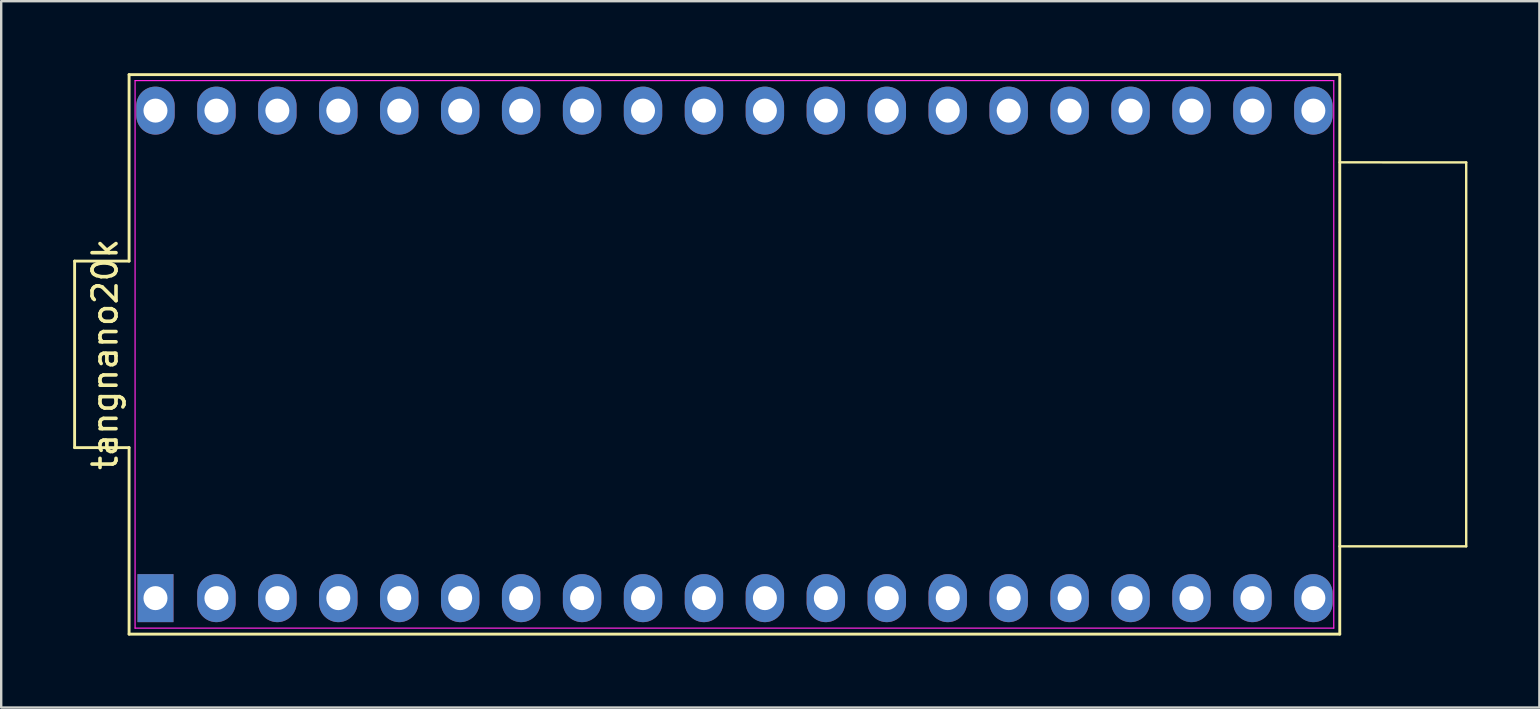
<source format=kicad_pcb>
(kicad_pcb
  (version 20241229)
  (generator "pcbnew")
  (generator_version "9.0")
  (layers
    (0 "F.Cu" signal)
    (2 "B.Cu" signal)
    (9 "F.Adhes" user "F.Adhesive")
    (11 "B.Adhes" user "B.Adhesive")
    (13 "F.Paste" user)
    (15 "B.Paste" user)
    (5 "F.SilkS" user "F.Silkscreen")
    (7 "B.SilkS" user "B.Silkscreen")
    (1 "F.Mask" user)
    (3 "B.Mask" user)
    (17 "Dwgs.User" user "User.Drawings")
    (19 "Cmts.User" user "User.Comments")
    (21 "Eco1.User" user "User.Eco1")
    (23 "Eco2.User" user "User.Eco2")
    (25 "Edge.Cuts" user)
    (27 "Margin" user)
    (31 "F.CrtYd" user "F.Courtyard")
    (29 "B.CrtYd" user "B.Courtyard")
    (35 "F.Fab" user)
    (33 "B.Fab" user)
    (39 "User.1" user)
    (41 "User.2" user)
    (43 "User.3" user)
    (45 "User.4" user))
  (footprint "tangnano20k"
    (layer "F.Cu")
    (at 27.56 11.72)
    (property "Reference" "tangnano20k" (at -26.23 0 90) (layer "F.SilkS") (effects (font (size 1 1) (thickness 0.15))))
    (attr through_hole)
    (fp_line (start -27.5 -3.887) (end -27.5 3.887) (stroke (width 0.12) (type default)) (layer "F.SilkS"))
    (fp_line (start -27.5 3.887) (end -25.23 3.887) (stroke (width 0.12) (type default)) (layer "F.SilkS"))
    (fp_line (start -25.23 -11.66) (end -25.23 -3.887) (stroke (width 0.12) (type default)) (layer "F.SilkS"))
    (fp_line (start -25.23 -3.887) (end -27.5 -3.887) (stroke (width 0.12) (type default)) (layer "F.SilkS"))
    (fp_line (start -25.23 3.887) (end -25.23 11.66) (stroke (width 0.12) (type default)) (layer "F.SilkS"))
    (fp_line (start -25.23 11.66) (end 25.23 11.66) (stroke (width 0.12) (type default)) (layer "F.SilkS"))
    (fp_line (start 25.227 -8.004) (end 30.5 -8) (stroke (width 0.1) (type default)) (layer "F.SilkS"))
    (fp_line (start 25.23 -11.66) (end -25.23 -11.66) (stroke (width 0.12) (type default)) (layer "F.SilkS"))
    (fp_line (start 25.23 11.66) (end 25.23 -11.66) (stroke (width 0.12) (type default)) (layer "F.SilkS"))
    (fp_line (start 30.5 -8) (end 30.5 8) (stroke (width 0.1) (type default)) (layer "F.SilkS"))
    (fp_line (start 30.5 8) (end 25.22 8) (stroke (width 0.1) (type default)) (layer "F.SilkS"))
    (fp_line (start -24.98 -11.41) (end 24.98 -11.41) (stroke (width 0.05) (type default)) (layer "F.CrtYd"))
    (fp_line (start -24.98 11.41) (end -24.98 -11.41) (stroke (width 0.05) (type default)) (layer "F.CrtYd"))
    (fp_line (start 24.98 -11.41) (end 24.98 11.41) (stroke (width 0.05) (type default)) (layer "F.CrtYd"))
    (fp_line (start 24.98 11.41) (end -24.98 11.41) (stroke (width 0.05) (type default)) (layer "F.CrtYd"))
    (pad "1" thru_hole rect (at -24.13 10.16) (size 1.5 2) (drill 1) (layers "*.Cu" "*.Mask"))
    (pad "2" thru_hole oval (at -21.59 10.16) (size 1.6 2) (drill 1) (layers "*.Cu" "*.Mask"))
    (pad "3" thru_hole oval (at -19.05 10.16) (size 1.6 2) (drill 1) (layers "*.Cu" "*.Mask"))
    (pad "4" thru_hole oval (at -16.51 10.16) (size 1.6 2) (drill 1) (layers "*.Cu" "*.Mask"))
    (pad "5" thru_hole oval (at -13.97 10.16) (size 1.6 2) (drill 1) (layers "*.Cu" "*.Mask"))
    (pad "6" thru_hole oval (at -11.43 10.16) (size 1.6 2) (drill 1) (layers "*.Cu" "*.Mask"))
    (pad "7" thru_hole oval (at -8.89 10.16) (size 1.6 2) (drill 1) (layers "*.Cu" "*.Mask"))
    (pad "8" thru_hole oval (at -6.35 10.16) (size 1.6 2) (drill 1) (layers "*.Cu" "*.Mask"))
    (pad "9" thru_hole oval (at -3.81 10.16) (size 1.6 2) (drill 1) (layers "*.Cu" "*.Mask"))
    (pad "10" thru_hole oval (at -1.27 10.16) (size 1.6 2) (drill 1) (layers "*.Cu" "*.Mask"))
    (pad "11" thru_hole oval (at 1.27 10.16) (size 1.6 2) (drill 1) (layers "*.Cu" "*.Mask"))
    (pad "12" thru_hole oval (at 3.81 10.16) (size 1.6 2) (drill 1) (layers "*.Cu" "*.Mask"))
    (pad "13" thru_hole oval (at 6.35 10.16) (size 1.6 2) (drill 1) (layers "*.Cu" "*.Mask"))
    (pad "14" thru_hole oval (at 8.89 10.16) (size 1.6 2) (drill 1) (layers "*.Cu" "*.Mask"))
    (pad "15" thru_hole oval (at 11.43 10.16) (size 1.6 2) (drill 1) (layers "*.Cu" "*.Mask"))
    (pad "16" thru_hole oval (at 13.97 10.16) (size 1.6 2) (drill 1) (layers "*.Cu" "*.Mask"))
    (pad "17" thru_hole oval (at 16.51 10.16) (size 1.6 2) (drill 1) (layers "*.Cu" "*.Mask"))
    (pad "18" thru_hole oval (at 19.05 10.16) (size 1.6 2) (drill 1) (layers "*.Cu" "*.Mask"))
    (pad "19" thru_hole oval (at 21.59 10.16) (size 1.6 2) (drill 1) (layers "*.Cu" "*.Mask"))
    (pad "20" thru_hole oval (at 24.13 10.16) (size 1.6 2) (drill 1) (layers "*.Cu" "*.Mask"))
    (pad "21" thru_hole oval (at 24.13 -10.16) (size 1.6 2) (drill 1) (layers "*.Cu" "*.Mask"))
    (pad "22" thru_hole oval (at 21.59 -10.16) (size 1.6 2) (drill 1) (layers "*.Cu" "*.Mask"))
    (pad "23" thru_hole oval (at 19.05 -10.16) (size 1.6 2) (drill 1) (layers "*.Cu" "*.Mask"))
    (pad "24" thru_hole oval (at 16.51 -10.16) (size 1.6 2) (drill 1) (layers "*.Cu" "*.Mask"))
    (pad "25" thru_hole oval (at 13.97 -10.16) (size 1.6 2) (drill 1) (layers "*.Cu" "*.Mask"))
    (pad "26" thru_hole oval (at 11.43 -10.16) (size 1.6 2) (drill 1) (layers "*.Cu" "*.Mask"))
    (pad "27" thru_hole oval (at 8.89 -10.16) (size 1.6 2) (drill 1) (layers "*.Cu" "*.Mask"))
    (pad "28" thru_hole oval (at 6.35 -10.16) (size 1.6 2) (drill 1) (layers "*.Cu" "*.Mask"))
    (pad "29" thru_hole oval (at 3.81 -10.16) (size 1.6 2) (drill 1) (layers "*.Cu" "*.Mask"))
    (pad "30" thru_hole oval (at 1.27 -10.16) (size 1.6 2) (drill 1) (layers "*.Cu" "*.Mask"))
    (pad "31" thru_hole oval (at -1.27 -10.16) (size 1.6 2) (drill 1) (layers "*.Cu" "*.Mask"))
    (pad "32" thru_hole oval (at -3.81 -10.16) (size 1.6 2) (drill 1) (layers "*.Cu" "*.Mask"))
    (pad "33" thru_hole oval (at -6.35 -10.16) (size 1.6 2) (drill 1) (layers "*.Cu" "*.Mask"))
    (pad "34" thru_hole oval (at -8.89 -10.16) (size 1.6 2) (drill 1) (layers "*.Cu" "*.Mask"))
    (pad "35" thru_hole oval (at -11.43 -10.16) (size 1.6 2) (drill 1) (layers "*.Cu" "*.Mask"))
    (pad "36" thru_hole oval (at -13.97 -10.16) (size 1.6 2) (drill 1) (layers "*.Cu" "*.Mask"))
    (pad "37" thru_hole oval (at -16.51 -10.16) (size 1.6 2) (drill 1) (layers "*.Cu" "*.Mask"))
    (pad "38" thru_hole oval (at -19.05 -10.16) (size 1.6 2) (drill 1) (layers "*.Cu" "*.Mask"))
    (pad "39" thru_hole oval (at -21.59 -10.16) (size 1.6 2) (drill 1) (layers "*.Cu" "*.Mask"))
    (pad "40" thru_hole oval (at -24.13 -10.16) (size 1.6 2) (drill 1) (layers "*.Cu" "*.Mask")))
  (gr_rect
    (start -3 -3)
    (end 61.11 26.44)
    (stroke (width 0.1) (type default))
    (fill no)
    (layer "Edge.Cuts")))
</source>
